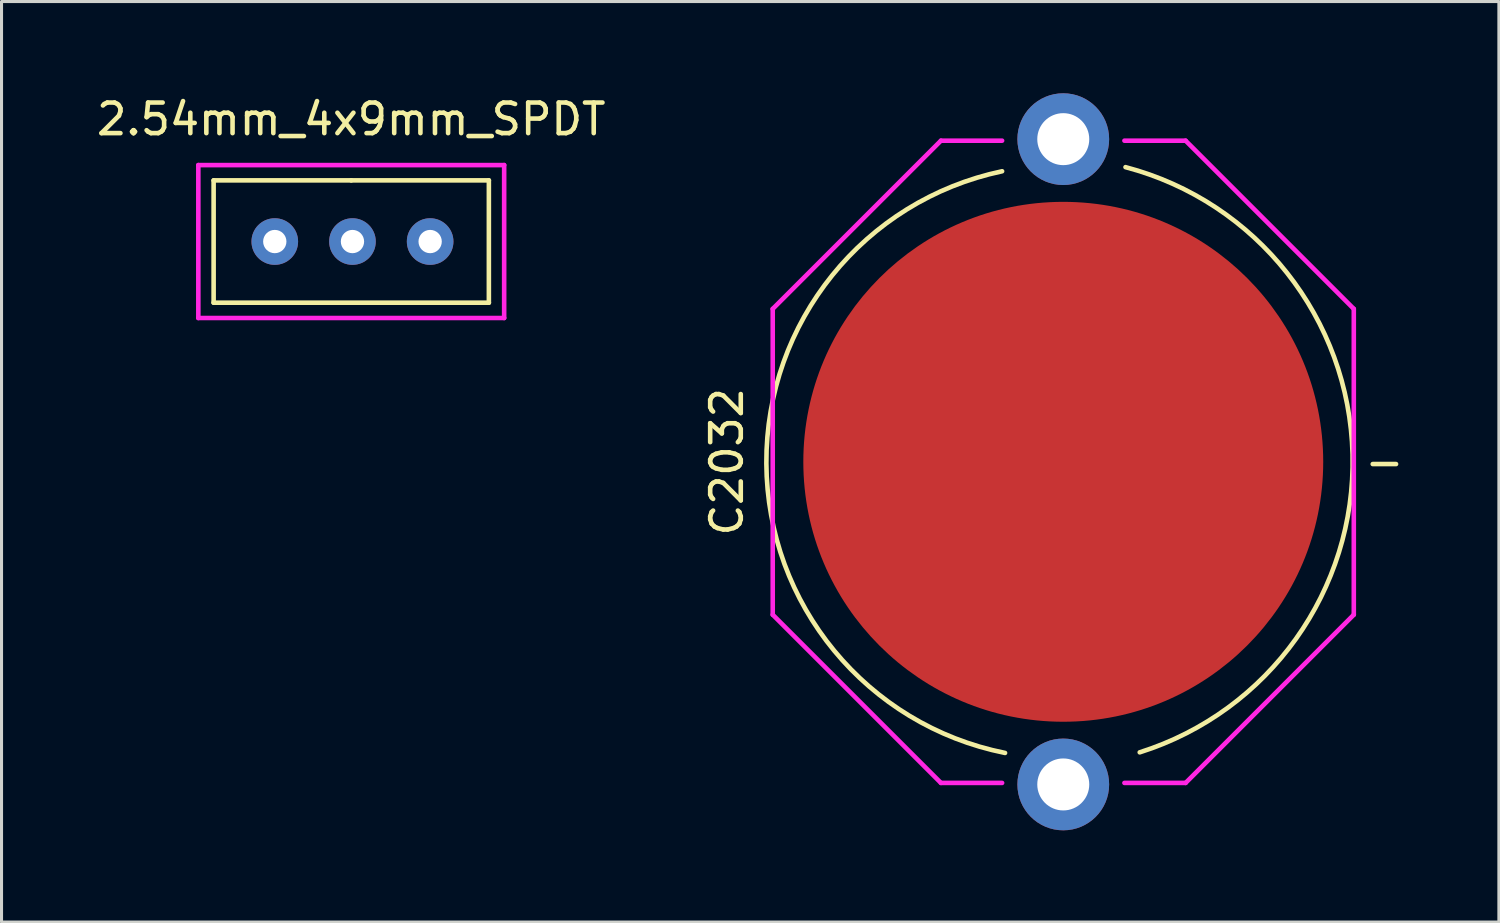
<source format=kicad_pcb>
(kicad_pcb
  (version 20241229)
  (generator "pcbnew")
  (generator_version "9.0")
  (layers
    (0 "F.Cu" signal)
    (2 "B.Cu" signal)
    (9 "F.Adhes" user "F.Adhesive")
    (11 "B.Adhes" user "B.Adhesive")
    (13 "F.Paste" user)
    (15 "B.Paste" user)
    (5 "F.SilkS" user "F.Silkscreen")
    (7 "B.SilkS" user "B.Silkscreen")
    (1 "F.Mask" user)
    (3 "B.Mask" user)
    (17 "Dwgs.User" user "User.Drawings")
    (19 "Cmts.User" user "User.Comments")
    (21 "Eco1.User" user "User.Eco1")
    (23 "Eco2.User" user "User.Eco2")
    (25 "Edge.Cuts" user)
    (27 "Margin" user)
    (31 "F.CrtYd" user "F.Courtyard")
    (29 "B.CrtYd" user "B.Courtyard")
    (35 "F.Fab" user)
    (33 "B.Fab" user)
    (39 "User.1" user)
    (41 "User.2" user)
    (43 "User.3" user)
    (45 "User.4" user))
  (footprint "C2032"
    (layer "F.Cu")
    (at 31.717 12.05)
    (property "Reference" "C2032" (at -11 0 90) (layer "F.SilkS") (effects (font (size 1 1) (thickness 0.15))))
    (attr through_hole)
    (fp_arc (start -1.903944 9.519715) (mid -9.708119 0.049029) (end -1.999999 -9.499999) (stroke (width 0.15) (type solid)) (layer "F.SilkS"))
    (fp_arc (start 2.035372 -9.63441) (mid 9.459492 -0.241839) (end 2.499999 9.499999) (stroke (width 0.15) (type solid)) (layer "F.SilkS"))
    (fp_line (start -9.5 -5) (end -9.5 5) (stroke (width 0.15) (type solid)) (layer "F.CrtYd"))
    (fp_line (start -9.5 5) (end -4 10.5) (stroke (width 0.15) (type solid)) (layer "F.CrtYd"))
    (fp_line (start -4 -10.5) (end -9.5 -5) (stroke (width 0.15) (type solid)) (layer "F.CrtYd"))
    (fp_line (start -4 10.5) (end -2 10.5) (stroke (width 0.15) (type solid)) (layer "F.CrtYd"))
    (fp_line (start -2 -10.5) (end -4 -10.5) (stroke (width 0.15) (type solid)) (layer "F.CrtYd"))
    (fp_line (start 2 -10.5) (end 4 -10.5) (stroke (width 0.15) (type solid)) (layer "F.CrtYd"))
    (fp_line (start 4 -10.5) (end 9.5 -5) (stroke (width 0.15) (type solid)) (layer "F.CrtYd"))
    (fp_line (start 4 10.5) (end 2 10.5) (stroke (width 0.15) (type solid)) (layer "F.CrtYd"))
    (fp_line (start 9.5 -5) (end 9.5 5) (stroke (width 0.15) (type solid)) (layer "F.CrtYd"))
    (fp_line (start 9.5 5) (end 4 10.5) (stroke (width 0.15) (type solid)) (layer "F.CrtYd"))
    (fp_text user "-" (at 10.5 0 0) (layer "F.SilkS") (effects (font (size 1 1) (thickness 0.15))))
    (pad "1" thru_hole circle (at 0 -10.55) (size 3 3) (drill 1.7) (layers "*.Cu" "*.Mask"))
    (pad "1" thru_hole circle (at 0 10.55) (size 3 3) (drill 1.7) (layers "*.Cu" "*.Mask"))
    (pad "2" smd circle (at 0 0) (size 17 17) (layers "F.Cu" "F.Mask" "F.Paste")))
  (footprint "2.54mm_4x9mm_SPDT"
    (layer "F.Cu")
    (at 8.435 4.848)
    (property "Reference" "2.54mm_4x9mm_SPDT" (at 0 -4 0) (layer "F.SilkS") (effects (font (size 1 1) (thickness 0.15))))
    (attr through_hole)
    (fp_line (start -4.5 -2) (end -4.5 2) (stroke (width 0.15) (type solid)) (layer "F.SilkS"))
    (fp_line (start -4.5 2) (end 4.5 2) (stroke (width 0.15) (type solid)) (layer "F.SilkS"))
    (fp_line (start 0 -2) (end -4.5 -2) (stroke (width 0.15) (type solid)) (layer "F.SilkS"))
    (fp_line (start 4.5 -2) (end 0 -2) (stroke (width 0.15) (type solid)) (layer "F.SilkS"))
    (fp_line (start 4.5 2) (end 4.5 -2) (stroke (width 0.15) (type solid)) (layer "F.SilkS"))
    (fp_line (start -5 -2.5) (end 5 -2.5) (stroke (width 0.15) (type solid)) (layer "F.CrtYd"))
    (fp_line (start -5 2.5) (end -5 -2.5) (stroke (width 0.15) (type solid)) (layer "F.CrtYd"))
    (fp_line (start 5 -2.5) (end 5 2.5) (stroke (width 0.15) (type solid)) (layer "F.CrtYd"))
    (fp_line (start 5 2.5) (end -5 2.5) (stroke (width 0.15) (type solid)) (layer "F.CrtYd"))
    (pad "1" thru_hole circle (at -2.5 0) (size 1.524 1.524) (drill 0.762) (layers "*.Cu" "*.Mask"))
    (pad "2" thru_hole circle (at 0.04 0) (size 1.524 1.524) (drill 0.762) (layers "*.Cu" "*.Mask"))
    (pad "3" thru_hole circle (at 2.58 0) (size 1.524 1.524) (drill 0.762) (layers "*.Cu" "*.Mask")))
  (gr_rect
    (start -3 -3)
    (end 45.961 27.1)
    (stroke (width 0.1) (type default))
    (fill no)
    (layer "Edge.Cuts")))
</source>
